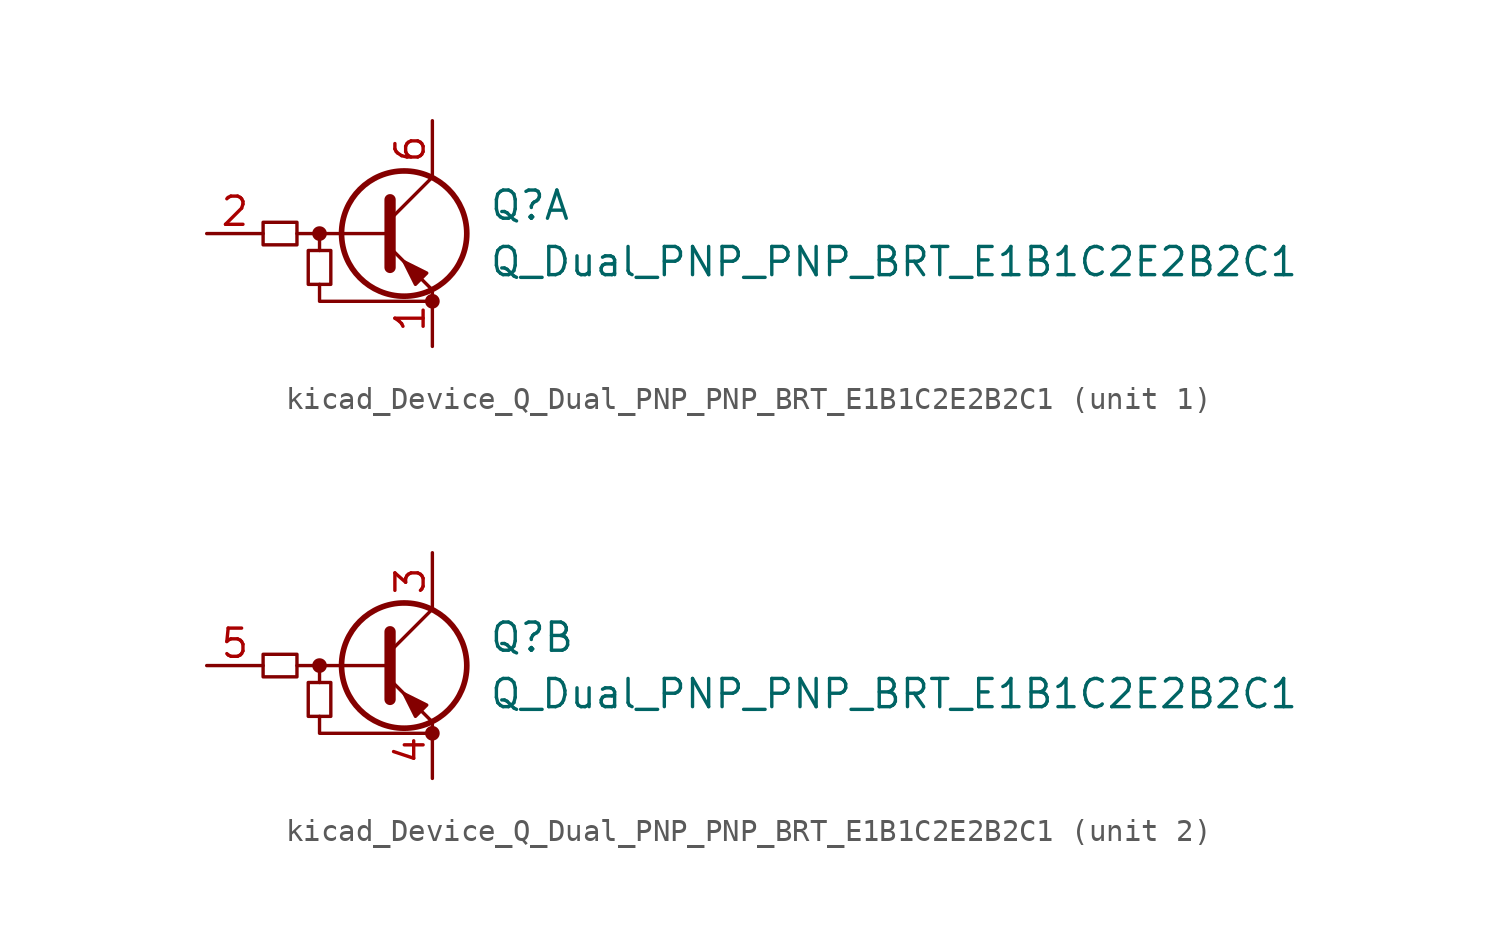
<source format=kicad_sym>
(kicad_symbol_lib
  (version 20220914)
  (generator kicad_symbol_editor)
  (symbol "kicad_Device_Q_Dual_PNP_PNP_BRT_E1B1C2E2B2C1"
    (pin_names hide)
    (property "Reference" "Q"
      (at 3.81 1.27 0)
      (effects (font (size 1.27 1.27)) (justify left)))
    (property "Value" "Q_Dual_PNP_PNP_BRT_E1B1C2E2B2C1"
      (at 3.81 -1.27 0)
      (effects (font (size 1.27 1.27)) (justify left)))
    (symbol "kicad_Device_Q_Dual_PNP_PNP_BRT_E1B1C2E2B2C1_0_1"
      (rectangle (start -6.35 0.508) (end -4.826 -0.508) (stroke (width 0) (type default)) (fill (type none)))
      (rectangle (start -4.318 -2.286) (end -3.302 -0.762) (stroke (width 0) (type default)) (fill (type none)))
      (circle (center -3.81 0) (radius 0.254) (stroke (width 0) (type default)) (fill (type outline)))
      (polyline (pts (xy -3.81 -0.762) (xy -3.81 0)) (stroke (width 0) (type default)) (fill (type none)))
      (polyline (pts (xy -0.762 0) (xy -4.826 0)) (stroke (width 0) (type default)) (fill (type none)))
      (polyline (pts (xy -0.635 1.524) (xy -0.635 -1.524)) (stroke (width 0.508) (type default)) (fill (type none)))
      (polyline (pts (xy -3.81 -2.286) (xy -3.81 -3.048) (xy 1.27 -3.048)) (stroke (width 0) (type default)) (fill (type none)))
      (polyline (pts (xy 1.016 -1.778) (xy 0.508 -2.286) (xy 0 -1.27) (xy 1.016 -1.778) (xy 1.016 -1.778)) (stroke (width 0) (type default)) (fill (type outline)))
      (circle (center 1.27 -3.048) (radius 0.254) (stroke (width 0) (type default)) (fill (type outline))))
    (symbol "kicad_Device_Q_Dual_PNP_PNP_BRT_E1B1C2E2B2C1_1_1"
      (polyline (pts (xy -0.635 0.635) (xy 1.27 2.54)) (stroke (width 0) (type default)) (fill (type none)))
      (polyline (pts (xy -0.635 -0.635) (xy 1.27 -2.54) (xy 1.27 -2.54)) (stroke (width 0) (type default)) (fill (type none)))
      (circle (center 0 0) (radius 2.819) (stroke (width 0.254) (type default)) (fill (type none)))
      (pin passive line (at 1.27 -5.08 90) (length 2.54) (name "E1" (effects (font (size 1.27 1.27)))) (number "1" (effects (font (size 1.27 1.27)))))
      (pin input line (at -8.89 0 0) (length 2.54) (name "B1" (effects (font (size 1.27 1.27)))) (number "2" (effects (font (size 1.27 1.27)))))
      (pin passive line (at 1.27 5.08 270) (length 2.54) (name "C1" (effects (font (size 1.27 1.27)))) (number "6" (effects (font (size 1.27 1.27))))))
    (symbol "kicad_Device_Q_Dual_PNP_PNP_BRT_E1B1C2E2B2C1_2_1"
      (polyline (pts (xy -0.635 0.635) (xy 1.27 2.54)) (stroke (width 0) (type default)) (fill (type none)))
      (polyline (pts (xy -0.635 -0.635) (xy 1.27 -2.54) (xy 1.27 -2.54)) (stroke (width 0) (type default)) (fill (type none)))
      (circle (center 0 0) (radius 2.819) (stroke (width 0.254) (type default)) (fill (type none)))
      (pin passive line (at 1.27 5.08 270) (length 2.54) (name "C2" (effects (font (size 1.27 1.27)))) (number "3" (effects (font (size 1.27 1.27)))))
      (pin passive line (at 1.27 -5.08 90) (length 2.54) (name "E2" (effects (font (size 1.27 1.27)))) (number "4" (effects (font (size 1.27 1.27)))))
      (pin input line (at -8.89 0 0) (length 2.54) (name "B2" (effects (font (size 1.27 1.27)))) (number "5" (effects (font (size 1.27 1.27))))))))
</source>
